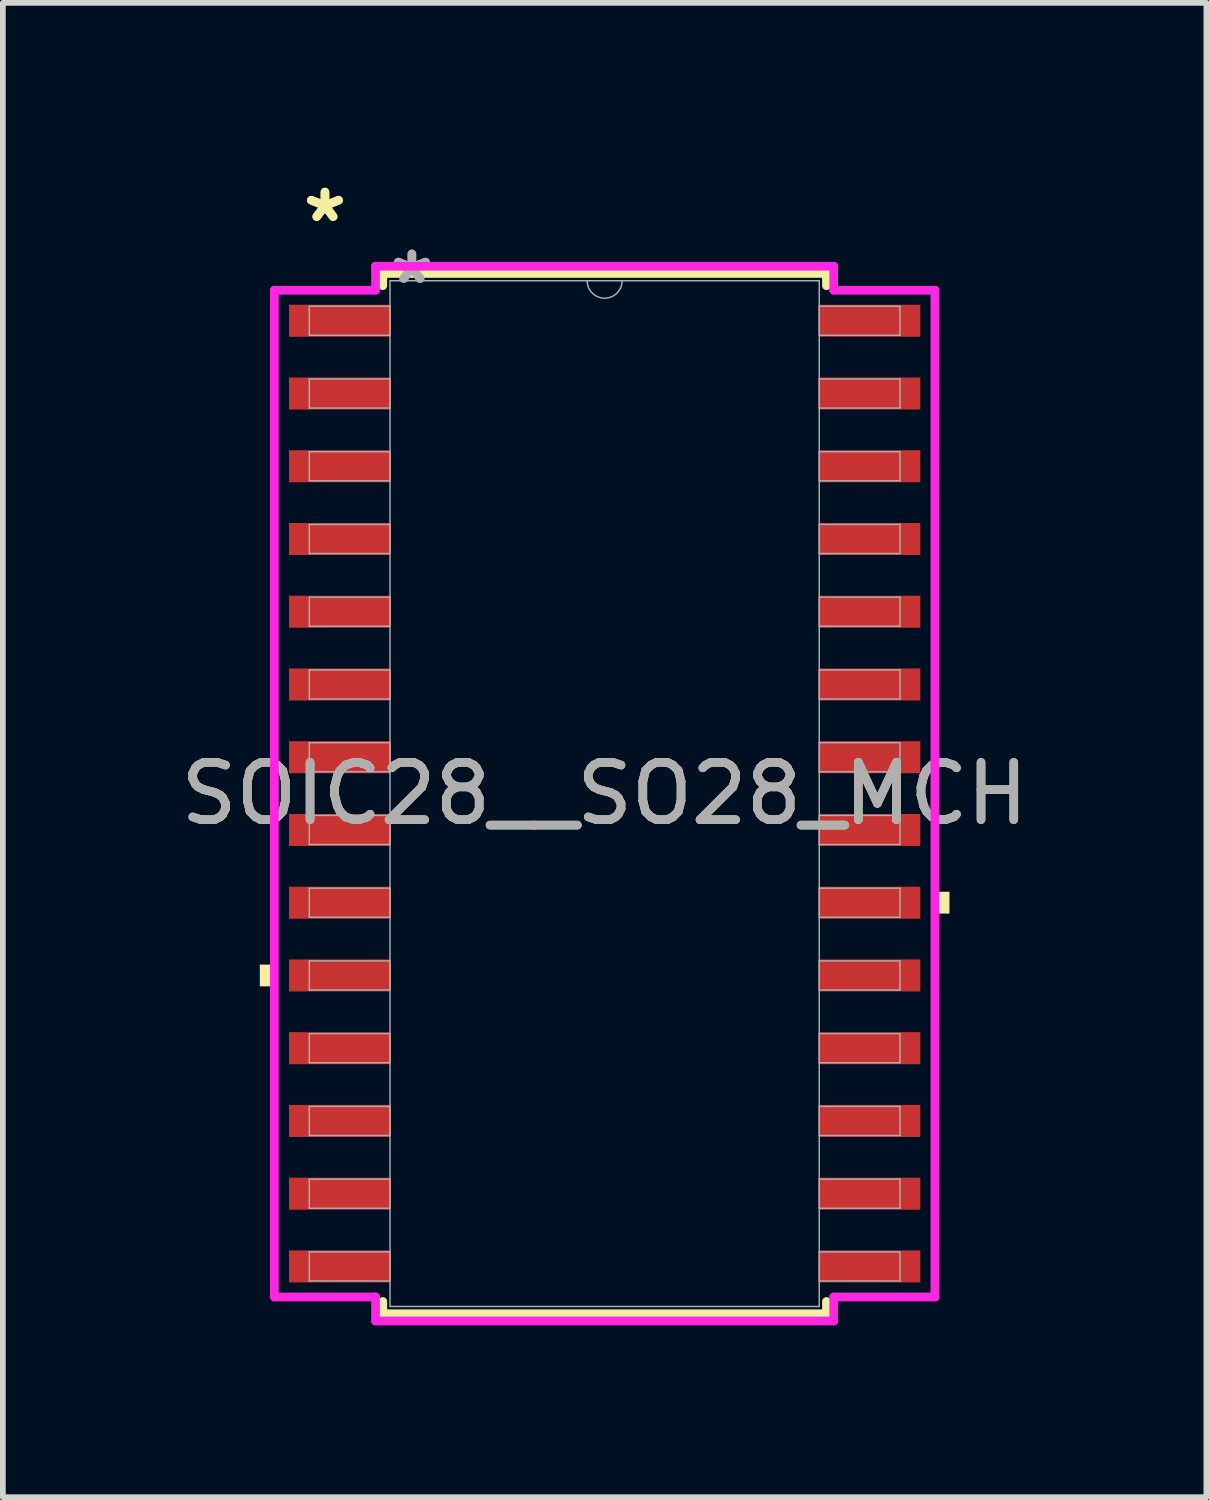
<source format=kicad_pcb>
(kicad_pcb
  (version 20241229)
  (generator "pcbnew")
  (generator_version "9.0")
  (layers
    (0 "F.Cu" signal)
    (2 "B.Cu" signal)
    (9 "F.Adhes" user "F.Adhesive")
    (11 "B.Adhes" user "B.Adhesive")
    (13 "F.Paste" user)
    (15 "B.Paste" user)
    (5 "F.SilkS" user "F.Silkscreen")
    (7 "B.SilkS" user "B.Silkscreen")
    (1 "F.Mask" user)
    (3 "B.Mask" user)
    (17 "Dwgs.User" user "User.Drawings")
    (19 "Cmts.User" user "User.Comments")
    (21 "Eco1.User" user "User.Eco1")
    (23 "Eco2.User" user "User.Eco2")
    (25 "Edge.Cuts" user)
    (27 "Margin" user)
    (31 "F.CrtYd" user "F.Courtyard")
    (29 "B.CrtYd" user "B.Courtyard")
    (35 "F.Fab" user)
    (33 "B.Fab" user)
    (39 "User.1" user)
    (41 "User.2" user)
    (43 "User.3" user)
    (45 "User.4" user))
  (footprint "SOIC28__SO28_MCH"
    (layer "F.Cu")
    (at 7.506 10.805)
    (property "Reference" "SOIC28__SO28_MCH" (at 0 0 0) (unlocked yes) (layer "F.SilkS") (effects (font (size 1 1) (thickness 0.15))))
    (attr smd)
    (fp_line (start -3.873 -9.081) (end -3.873 -8.867) (stroke (width 0.152) (type solid)) (layer "F.SilkS"))
    (fp_line (start -3.873 8.867) (end -3.873 9.081) (stroke (width 0.152) (type solid)) (layer "F.SilkS"))
    (fp_line (start -3.873 9.081) (end 3.873 9.081) (stroke (width 0.152) (type solid)) (layer "F.SilkS"))
    (fp_line (start 3.873 -9.081) (end -3.873 -9.081) (stroke (width 0.152) (type solid)) (layer "F.SilkS"))
    (fp_line (start 3.873 -8.867) (end 3.873 -9.081) (stroke (width 0.152) (type solid)) (layer "F.SilkS"))
    (fp_line (start 3.873 9.081) (end 3.873 8.867) (stroke (width 0.152) (type solid)) (layer "F.SilkS"))
    (fp_poly (pts (xy -6.02 2.985) (xy -6.02 3.365) (xy -5.766 3.365) (xy -5.766 2.985)) (stroke (width 0) (type solid)) (fill yes) (layer "F.SilkS"))
    (fp_poly (pts (xy 6.02 1.714) (xy 6.02 2.095) (xy 5.766 2.095) (xy 5.766 1.714)) (stroke (width 0) (type solid)) (fill yes) (layer "F.SilkS"))
    (fp_line (start -5.766 -8.788) (end -4 -8.788) (stroke (width 0.152) (type solid)) (layer "F.CrtYd"))
    (fp_line (start -5.766 8.788) (end -5.766 -8.788) (stroke (width 0.152) (type solid)) (layer "F.CrtYd"))
    (fp_line (start -5.766 8.788) (end -4 8.788) (stroke (width 0.152) (type solid)) (layer "F.CrtYd"))
    (fp_line (start -4 -9.207) (end 4 -9.207) (stroke (width 0.152) (type solid)) (layer "F.CrtYd"))
    (fp_line (start -4 -8.788) (end -4 -9.207) (stroke (width 0.152) (type solid)) (layer "F.CrtYd"))
    (fp_line (start -4 9.207) (end -4 8.788) (stroke (width 0.152) (type solid)) (layer "F.CrtYd"))
    (fp_line (start 4 -9.207) (end 4 -8.788) (stroke (width 0.152) (type solid)) (layer "F.CrtYd"))
    (fp_line (start 4 8.788) (end 4 9.207) (stroke (width 0.152) (type solid)) (layer "F.CrtYd"))
    (fp_line (start 4 9.207) (end -4 9.207) (stroke (width 0.152) (type solid)) (layer "F.CrtYd"))
    (fp_line (start 5.766 -8.788) (end 4 -8.788) (stroke (width 0.152) (type solid)) (layer "F.CrtYd"))
    (fp_line (start 5.766 -8.788) (end 5.766 8.788) (stroke (width 0.152) (type solid)) (layer "F.CrtYd"))
    (fp_line (start 5.766 8.788) (end 4 8.788) (stroke (width 0.152) (type solid)) (layer "F.CrtYd"))
    (fp_line (start -5.156 -8.509) (end -5.156 -8.001) (stroke (width 0.025) (type solid)) (layer "F.Fab"))
    (fp_line (start -5.156 -8.001) (end -3.747 -8.001) (stroke (width 0.025) (type solid)) (layer "F.Fab"))
    (fp_line (start -5.156 -7.239) (end -5.156 -6.731) (stroke (width 0.025) (type solid)) (layer "F.Fab"))
    (fp_line (start -5.156 -6.731) (end -3.747 -6.731) (stroke (width 0.025) (type solid)) (layer "F.Fab"))
    (fp_line (start -5.156 -5.969) (end -5.156 -5.461) (stroke (width 0.025) (type solid)) (layer "F.Fab"))
    (fp_line (start -5.156 -5.461) (end -3.747 -5.461) (stroke (width 0.025) (type solid)) (layer "F.Fab"))
    (fp_line (start -5.156 -4.699) (end -5.156 -4.191) (stroke (width 0.025) (type solid)) (layer "F.Fab"))
    (fp_line (start -5.156 -4.191) (end -3.747 -4.191) (stroke (width 0.025) (type solid)) (layer "F.Fab"))
    (fp_line (start -5.156 -3.429) (end -5.156 -2.921) (stroke (width 0.025) (type solid)) (layer "F.Fab"))
    (fp_line (start -5.156 -2.921) (end -3.747 -2.921) (stroke (width 0.025) (type solid)) (layer "F.Fab"))
    (fp_line (start -5.156 -2.159) (end -5.156 -1.651) (stroke (width 0.025) (type solid)) (layer "F.Fab"))
    (fp_line (start -5.156 -1.651) (end -3.747 -1.651) (stroke (width 0.025) (type solid)) (layer "F.Fab"))
    (fp_line (start -5.156 -0.889) (end -5.156 -0.381) (stroke (width 0.025) (type solid)) (layer "F.Fab"))
    (fp_line (start -5.156 -0.381) (end -3.747 -0.381) (stroke (width 0.025) (type solid)) (layer "F.Fab"))
    (fp_line (start -5.156 0.381) (end -5.156 0.889) (stroke (width 0.025) (type solid)) (layer "F.Fab"))
    (fp_line (start -5.156 0.889) (end -3.747 0.889) (stroke (width 0.025) (type solid)) (layer "F.Fab"))
    (fp_line (start -5.156 1.651) (end -5.156 2.159) (stroke (width 0.025) (type solid)) (layer "F.Fab"))
    (fp_line (start -5.156 2.159) (end -3.747 2.159) (stroke (width 0.025) (type solid)) (layer "F.Fab"))
    (fp_line (start -5.156 2.921) (end -5.156 3.429) (stroke (width 0.025) (type solid)) (layer "F.Fab"))
    (fp_line (start -5.156 3.429) (end -3.747 3.429) (stroke (width 0.025) (type solid)) (layer "F.Fab"))
    (fp_line (start -5.156 4.191) (end -5.156 4.699) (stroke (width 0.025) (type solid)) (layer "F.Fab"))
    (fp_line (start -5.156 4.699) (end -3.747 4.699) (stroke (width 0.025) (type solid)) (layer "F.Fab"))
    (fp_line (start -5.156 5.461) (end -5.156 5.969) (stroke (width 0.025) (type solid)) (layer "F.Fab"))
    (fp_line (start -5.156 5.969) (end -3.747 5.969) (stroke (width 0.025) (type solid)) (layer "F.Fab"))
    (fp_line (start -5.156 6.731) (end -5.156 7.239) (stroke (width 0.025) (type solid)) (layer "F.Fab"))
    (fp_line (start -5.156 7.239) (end -3.747 7.239) (stroke (width 0.025) (type solid)) (layer "F.Fab"))
    (fp_line (start -5.156 8.001) (end -5.156 8.509) (stroke (width 0.025) (type solid)) (layer "F.Fab"))
    (fp_line (start -5.156 8.509) (end -3.747 8.509) (stroke (width 0.025) (type solid)) (layer "F.Fab"))
    (fp_line (start -3.747 -8.954) (end -3.747 8.954) (stroke (width 0.025) (type solid)) (layer "F.Fab"))
    (fp_line (start -3.747 -8.509) (end -5.156 -8.509) (stroke (width 0.025) (type solid)) (layer "F.Fab"))
    (fp_line (start -3.747 -8.001) (end -3.747 -8.509) (stroke (width 0.025) (type solid)) (layer "F.Fab"))
    (fp_line (start -3.747 -7.239) (end -5.156 -7.239) (stroke (width 0.025) (type solid)) (layer "F.Fab"))
    (fp_line (start -3.747 -6.731) (end -3.747 -7.239) (stroke (width 0.025) (type solid)) (layer "F.Fab"))
    (fp_line (start -3.747 -5.969) (end -5.156 -5.969) (stroke (width 0.025) (type solid)) (layer "F.Fab"))
    (fp_line (start -3.747 -5.461) (end -3.747 -5.969) (stroke (width 0.025) (type solid)) (layer "F.Fab"))
    (fp_line (start -3.747 -4.699) (end -5.156 -4.699) (stroke (width 0.025) (type solid)) (layer "F.Fab"))
    (fp_line (start -3.747 -4.191) (end -3.747 -4.699) (stroke (width 0.025) (type solid)) (layer "F.Fab"))
    (fp_line (start -3.747 -3.429) (end -5.156 -3.429) (stroke (width 0.025) (type solid)) (layer "F.Fab"))
    (fp_line (start -3.747 -2.921) (end -3.747 -3.429) (stroke (width 0.025) (type solid)) (layer "F.Fab"))
    (fp_line (start -3.747 -2.159) (end -5.156 -2.159) (stroke (width 0.025) (type solid)) (layer "F.Fab"))
    (fp_line (start -3.747 -1.651) (end -3.747 -2.159) (stroke (width 0.025) (type solid)) (layer "F.Fab"))
    (fp_line (start -3.747 -0.889) (end -5.156 -0.889) (stroke (width 0.025) (type solid)) (layer "F.Fab"))
    (fp_line (start -3.747 -0.381) (end -3.747 -0.889) (stroke (width 0.025) (type solid)) (layer "F.Fab"))
    (fp_line (start -3.747 0.381) (end -5.156 0.381) (stroke (width 0.025) (type solid)) (layer "F.Fab"))
    (fp_line (start -3.747 0.889) (end -3.747 0.381) (stroke (width 0.025) (type solid)) (layer "F.Fab"))
    (fp_line (start -3.747 1.651) (end -5.156 1.651) (stroke (width 0.025) (type solid)) (layer "F.Fab"))
    (fp_line (start -3.747 2.159) (end -3.747 1.651) (stroke (width 0.025) (type solid)) (layer "F.Fab"))
    (fp_line (start -3.747 2.921) (end -5.156 2.921) (stroke (width 0.025) (type solid)) (layer "F.Fab"))
    (fp_line (start -3.747 3.429) (end -3.747 2.921) (stroke (width 0.025) (type solid)) (layer "F.Fab"))
    (fp_line (start -3.747 4.191) (end -5.156 4.191) (stroke (width 0.025) (type solid)) (layer "F.Fab"))
    (fp_line (start -3.747 4.699) (end -3.747 4.191) (stroke (width 0.025) (type solid)) (layer "F.Fab"))
    (fp_line (start -3.747 5.461) (end -5.156 5.461) (stroke (width 0.025) (type solid)) (layer "F.Fab"))
    (fp_line (start -3.747 5.969) (end -3.747 5.461) (stroke (width 0.025) (type solid)) (layer "F.Fab"))
    (fp_line (start -3.747 6.731) (end -5.156 6.731) (stroke (width 0.025) (type solid)) (layer "F.Fab"))
    (fp_line (start -3.747 7.239) (end -3.747 6.731) (stroke (width 0.025) (type solid)) (layer "F.Fab"))
    (fp_line (start -3.747 8.001) (end -5.156 8.001) (stroke (width 0.025) (type solid)) (layer "F.Fab"))
    (fp_line (start -3.747 8.509) (end -3.747 8.001) (stroke (width 0.025) (type solid)) (layer "F.Fab"))
    (fp_line (start -3.747 8.954) (end 3.747 8.954) (stroke (width 0.025) (type solid)) (layer "F.Fab"))
    (fp_line (start 3.747 -8.954) (end -3.747 -8.954) (stroke (width 0.025) (type solid)) (layer "F.Fab"))
    (fp_line (start 3.747 -8.509) (end 3.747 -8.001) (stroke (width 0.025) (type solid)) (layer "F.Fab"))
    (fp_line (start 3.747 -8.001) (end 5.156 -8.001) (stroke (width 0.025) (type solid)) (layer "F.Fab"))
    (fp_line (start 3.747 -7.239) (end 3.747 -6.731) (stroke (width 0.025) (type solid)) (layer "F.Fab"))
    (fp_line (start 3.747 -6.731) (end 5.156 -6.731) (stroke (width 0.025) (type solid)) (layer "F.Fab"))
    (fp_line (start 3.747 -5.969) (end 3.747 -5.461) (stroke (width 0.025) (type solid)) (layer "F.Fab"))
    (fp_line (start 3.747 -5.461) (end 5.156 -5.461) (stroke (width 0.025) (type solid)) (layer "F.Fab"))
    (fp_line (start 3.747 -4.699) (end 3.747 -4.191) (stroke (width 0.025) (type solid)) (layer "F.Fab"))
    (fp_line (start 3.747 -4.191) (end 5.156 -4.191) (stroke (width 0.025) (type solid)) (layer "F.Fab"))
    (fp_line (start 3.747 -3.429) (end 3.747 -2.921) (stroke (width 0.025) (type solid)) (layer "F.Fab"))
    (fp_line (start 3.747 -2.921) (end 5.156 -2.921) (stroke (width 0.025) (type solid)) (layer "F.Fab"))
    (fp_line (start 3.747 -2.159) (end 3.747 -1.651) (stroke (width 0.025) (type solid)) (layer "F.Fab"))
    (fp_line (start 3.747 -1.651) (end 5.156 -1.651) (stroke (width 0.025) (type solid)) (layer "F.Fab"))
    (fp_line (start 3.747 -0.889) (end 3.747 -0.381) (stroke (width 0.025) (type solid)) (layer "F.Fab"))
    (fp_line (start 3.747 -0.381) (end 5.156 -0.381) (stroke (width 0.025) (type solid)) (layer "F.Fab"))
    (fp_line (start 3.747 0.381) (end 3.747 0.889) (stroke (width 0.025) (type solid)) (layer "F.Fab"))
    (fp_line (start 3.747 0.889) (end 5.156 0.889) (stroke (width 0.025) (type solid)) (layer "F.Fab"))
    (fp_line (start 3.747 1.651) (end 3.747 2.159) (stroke (width 0.025) (type solid)) (layer "F.Fab"))
    (fp_line (start 3.747 2.159) (end 5.156 2.159) (stroke (width 0.025) (type solid)) (layer "F.Fab"))
    (fp_line (start 3.747 2.921) (end 3.747 3.429) (stroke (width 0.025) (type solid)) (layer "F.Fab"))
    (fp_line (start 3.747 3.429) (end 5.156 3.429) (stroke (width 0.025) (type solid)) (layer "F.Fab"))
    (fp_line (start 3.747 4.191) (end 3.747 4.699) (stroke (width 0.025) (type solid)) (layer "F.Fab"))
    (fp_line (start 3.747 4.699) (end 5.156 4.699) (stroke (width 0.025) (type solid)) (layer "F.Fab"))
    (fp_line (start 3.747 5.461) (end 3.747 5.969) (stroke (width 0.025) (type solid)) (layer "F.Fab"))
    (fp_line (start 3.747 5.969) (end 5.156 5.969) (stroke (width 0.025) (type solid)) (layer "F.Fab"))
    (fp_line (start 3.747 6.731) (end 3.747 7.239) (stroke (width 0.025) (type solid)) (layer "F.Fab"))
    (fp_line (start 3.747 7.239) (end 5.156 7.239) (stroke (width 0.025) (type solid)) (layer "F.Fab"))
    (fp_line (start 3.747 8.001) (end 3.747 8.509) (stroke (width 0.025) (type solid)) (layer "F.Fab"))
    (fp_line (start 3.747 8.509) (end 5.156 8.509) (stroke (width 0.025) (type solid)) (layer "F.Fab"))
    (fp_line (start 3.747 8.954) (end 3.747 -8.954) (stroke (width 0.025) (type solid)) (layer "F.Fab"))
    (fp_line (start 5.156 -8.509) (end 3.747 -8.509) (stroke (width 0.025) (type solid)) (layer "F.Fab"))
    (fp_line (start 5.156 -8.001) (end 5.156 -8.509) (stroke (width 0.025) (type solid)) (layer "F.Fab"))
    (fp_line (start 5.156 -7.239) (end 3.747 -7.239) (stroke (width 0.025) (type solid)) (layer "F.Fab"))
    (fp_line (start 5.156 -6.731) (end 5.156 -7.239) (stroke (width 0.025) (type solid)) (layer "F.Fab"))
    (fp_line (start 5.156 -5.969) (end 3.747 -5.969) (stroke (width 0.025) (type solid)) (layer "F.Fab"))
    (fp_line (start 5.156 -5.461) (end 5.156 -5.969) (stroke (width 0.025) (type solid)) (layer "F.Fab"))
    (fp_line (start 5.156 -4.699) (end 3.747 -4.699) (stroke (width 0.025) (type solid)) (layer "F.Fab"))
    (fp_line (start 5.156 -4.191) (end 5.156 -4.699) (stroke (width 0.025) (type solid)) (layer "F.Fab"))
    (fp_line (start 5.156 -3.429) (end 3.747 -3.429) (stroke (width 0.025) (type solid)) (layer "F.Fab"))
    (fp_line (start 5.156 -2.921) (end 5.156 -3.429) (stroke (width 0.025) (type solid)) (layer "F.Fab"))
    (fp_line (start 5.156 -2.159) (end 3.747 -2.159) (stroke (width 0.025) (type solid)) (layer "F.Fab"))
    (fp_line (start 5.156 -1.651) (end 5.156 -2.159) (stroke (width 0.025) (type solid)) (layer "F.Fab"))
    (fp_line (start 5.156 -0.889) (end 3.747 -0.889) (stroke (width 0.025) (type solid)) (layer "F.Fab"))
    (fp_line (start 5.156 -0.381) (end 5.156 -0.889) (stroke (width 0.025) (type solid)) (layer "F.Fab"))
    (fp_line (start 5.156 0.381) (end 3.747 0.381) (stroke (width 0.025) (type solid)) (layer "F.Fab"))
    (fp_line (start 5.156 0.889) (end 5.156 0.381) (stroke (width 0.025) (type solid)) (layer "F.Fab"))
    (fp_line (start 5.156 1.651) (end 3.747 1.651) (stroke (width 0.025) (type solid)) (layer "F.Fab"))
    (fp_line (start 5.156 2.159) (end 5.156 1.651) (stroke (width 0.025) (type solid)) (layer "F.Fab"))
    (fp_line (start 5.156 2.921) (end 3.747 2.921) (stroke (width 0.025) (type solid)) (layer "F.Fab"))
    (fp_line (start 5.156 3.429) (end 5.156 2.921) (stroke (width 0.025) (type solid)) (layer "F.Fab"))
    (fp_line (start 5.156 4.191) (end 3.747 4.191) (stroke (width 0.025) (type solid)) (layer "F.Fab"))
    (fp_line (start 5.156 4.699) (end 5.156 4.191) (stroke (width 0.025) (type solid)) (layer "F.Fab"))
    (fp_line (start 5.156 5.461) (end 3.747 5.461) (stroke (width 0.025) (type solid)) (layer "F.Fab"))
    (fp_line (start 5.156 5.969) (end 5.156 5.461) (stroke (width 0.025) (type solid)) (layer "F.Fab"))
    (fp_line (start 5.156 6.731) (end 3.747 6.731) (stroke (width 0.025) (type solid)) (layer "F.Fab"))
    (fp_line (start 5.156 7.239) (end 5.156 6.731) (stroke (width 0.025) (type solid)) (layer "F.Fab"))
    (fp_line (start 5.156 8.001) (end 3.747 8.001) (stroke (width 0.025) (type solid)) (layer "F.Fab"))
    (fp_line (start 5.156 8.509) (end 5.156 8.001) (stroke (width 0.025) (type solid)) (layer "F.Fab"))
    (fp_arc (start 0.3048 -8.9535) (mid 0 -8.6487) (end -0.3048 -8.9535) (stroke (width 0.0254) (type solid)) (layer "F.Fab"))
    (fp_text user "*" (at -4.883 -9.957 0) (layer "F.SilkS") (effects (font (size 1 1) (thickness 0.15))))
    (fp_text user "*" (at -4.883 -9.957 0) (unlocked yes) (layer "F.SilkS") (effects (font (size 1 1) (thickness 0.15))))
    (fp_text user "*" (at -3.365 -8.877 0) (layer "F.Fab") (effects (font (size 1 1) (thickness 0.15))))
    (fp_text user "${REFERENCE}" (at 0 0 0) (unlocked yes) (layer "F.Fab") (effects (font (size 1 1) (thickness 0.15))))
    (fp_text user "*" (at -3.365 -8.877 0) (unlocked yes) (layer "F.Fab") (effects (font (size 1 1) (thickness 0.15))))
    (pad "1" smd rect (at -4.629 -8.255) (size 1.765 0.559) (layers "F.Cu" "F.Mask" "F.Paste"))
    (pad "2" smd rect (at -4.629 -6.985) (size 1.765 0.559) (layers "F.Cu" "F.Mask" "F.Paste"))
    (pad "3" smd rect (at -4.629 -5.715) (size 1.765 0.559) (layers "F.Cu" "F.Mask" "F.Paste"))
    (pad "4" smd rect (at -4.629 -4.445) (size 1.765 0.559) (layers "F.Cu" "F.Mask" "F.Paste"))
    (pad "5" smd rect (at -4.629 -3.175) (size 1.765 0.559) (layers "F.Cu" "F.Mask" "F.Paste"))
    (pad "6" smd rect (at -4.629 -1.905) (size 1.765 0.559) (layers "F.Cu" "F.Mask" "F.Paste"))
    (pad "7" smd rect (at -4.629 -0.635) (size 1.765 0.559) (layers "F.Cu" "F.Mask" "F.Paste"))
    (pad "8" smd rect (at -4.629 0.635) (size 1.765 0.559) (layers "F.Cu" "F.Mask" "F.Paste"))
    (pad "9" smd rect (at -4.629 1.905) (size 1.765 0.559) (layers "F.Cu" "F.Mask" "F.Paste"))
    (pad "10" smd rect (at -4.629 3.175) (size 1.765 0.559) (layers "F.Cu" "F.Mask" "F.Paste"))
    (pad "11" smd rect (at -4.629 4.445) (size 1.765 0.559) (layers "F.Cu" "F.Mask" "F.Paste"))
    (pad "12" smd rect (at -4.629 5.715) (size 1.765 0.559) (layers "F.Cu" "F.Mask" "F.Paste"))
    (pad "13" smd rect (at -4.629 6.985) (size 1.765 0.559) (layers "F.Cu" "F.Mask" "F.Paste"))
    (pad "14" smd rect (at -4.629 8.255) (size 1.765 0.559) (layers "F.Cu" "F.Mask" "F.Paste"))
    (pad "15" smd rect (at 4.629 8.255) (size 1.765 0.559) (layers "F.Cu" "F.Mask" "F.Paste"))
    (pad "16" smd rect (at 4.629 6.985) (size 1.765 0.559) (layers "F.Cu" "F.Mask" "F.Paste"))
    (pad "17" smd rect (at 4.629 5.715) (size 1.765 0.559) (layers "F.Cu" "F.Mask" "F.Paste"))
    (pad "18" smd rect (at 4.629 4.445) (size 1.765 0.559) (layers "F.Cu" "F.Mask" "F.Paste"))
    (pad "19" smd rect (at 4.629 3.175) (size 1.765 0.559) (layers "F.Cu" "F.Mask" "F.Paste"))
    (pad "20" smd rect (at 4.629 1.905) (size 1.765 0.559) (layers "F.Cu" "F.Mask" "F.Paste"))
    (pad "21" smd rect (at 4.629 0.635) (size 1.765 0.559) (layers "F.Cu" "F.Mask" "F.Paste"))
    (pad "22" smd rect (at 4.629 -0.635) (size 1.765 0.559) (layers "F.Cu" "F.Mask" "F.Paste"))
    (pad "23" smd rect (at 4.629 -1.905) (size 1.765 0.559) (layers "F.Cu" "F.Mask" "F.Paste"))
    (pad "24" smd rect (at 4.629 -3.175) (size 1.765 0.559) (layers "F.Cu" "F.Mask" "F.Paste"))
    (pad "25" smd rect (at 4.629 -4.445) (size 1.765 0.559) (layers "F.Cu" "F.Mask" "F.Paste"))
    (pad "26" smd rect (at 4.629 -5.715) (size 1.765 0.559) (layers "F.Cu" "F.Mask" "F.Paste"))
    (pad "27" smd rect (at 4.629 -6.985) (size 1.765 0.559) (layers "F.Cu" "F.Mask" "F.Paste"))
    (pad "28" smd rect (at 4.629 -8.255) (size 1.765 0.559) (layers "F.Cu" "F.Mask" "F.Paste")))
  (gr_rect
    (start -3 -3)
    (end 18.012 23.089)
    (stroke (width 0.1) (type default))
    (fill no)
    (layer "Edge.Cuts")))
</source>
